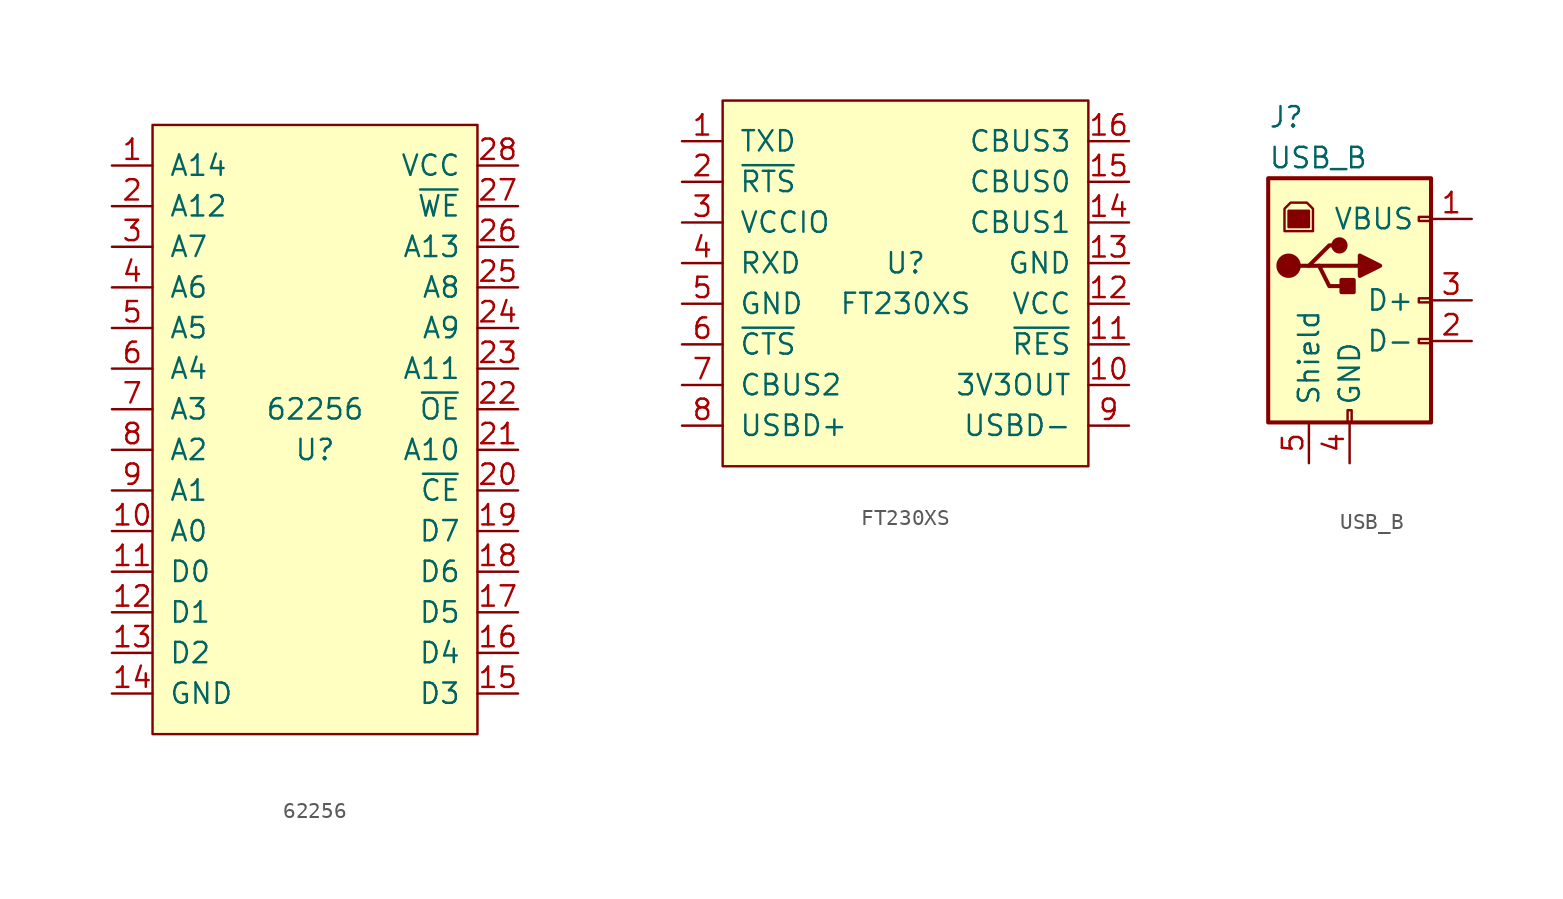
<source format=kicad_sym>
(kicad_symbol_lib
  (version 20231120)
  (generator "kicad_symbol_editor")
  (generator_version "8.0")
  (symbol "62256"
    (pin_names
      (offset 1.016))
    (property "Reference" "U"
      (at 0 -1.27 0)
      (effects (font (size 1.27 1.27))))
    (property "Value" "62256"
      (at 0 1.27 0)
      (effects (font (size 1.27 1.27))))
    (symbol "62256_0_1"
      (rectangle (start -10.16 19.05) (end 10.16 -19.05) (stroke (width 0) (type solid)) (fill (type background))))
    (symbol "62256_1_1"
      (pin input line (at -12.7 16.51 0) (length 2.54) (name "A14" (effects (font (size 1.27 1.27)))) (number "1" (effects (font (size 1.27 1.27)))))
      (pin input line (at -12.7 -6.35 0) (length 2.54) (name "A0" (effects (font (size 1.27 1.27)))) (number "10" (effects (font (size 1.27 1.27)))))
      (pin bidirectional line (at -12.7 -8.89 0) (length 2.54) (name "D0" (effects (font (size 1.27 1.27)))) (number "11" (effects (font (size 1.27 1.27)))))
      (pin bidirectional line (at -12.7 -11.43 0) (length 2.54) (name "D1" (effects (font (size 1.27 1.27)))) (number "12" (effects (font (size 1.27 1.27)))))
      (pin bidirectional line (at -12.7 -13.97 0) (length 2.54) (name "D2" (effects (font (size 1.27 1.27)))) (number "13" (effects (font (size 1.27 1.27)))))
      (pin power_in line (at -12.7 -16.51 0) (length 2.54) (name "GND" (effects (font (size 1.27 1.27)))) (number "14" (effects (font (size 1.27 1.27)))))
      (pin bidirectional line (at 12.7 -16.51 180) (length 2.54) (name "D3" (effects (font (size 1.27 1.27)))) (number "15" (effects (font (size 1.27 1.27)))))
      (pin bidirectional line (at 12.7 -13.97 180) (length 2.54) (name "D4" (effects (font (size 1.27 1.27)))) (number "16" (effects (font (size 1.27 1.27)))))
      (pin bidirectional line (at 12.7 -11.43 180) (length 2.54) (name "D5" (effects (font (size 1.27 1.27)))) (number "17" (effects (font (size 1.27 1.27)))))
      (pin bidirectional line (at 12.7 -8.89 180) (length 2.54) (name "D6" (effects (font (size 1.27 1.27)))) (number "18" (effects (font (size 1.27 1.27)))))
      (pin bidirectional line (at 12.7 -6.35 180) (length 2.54) (name "D7" (effects (font (size 1.27 1.27)))) (number "19" (effects (font (size 1.27 1.27)))))
      (pin input line (at -12.7 13.97 0) (length 2.54) (name "A12" (effects (font (size 1.27 1.27)))) (number "2" (effects (font (size 1.27 1.27)))))
      (pin input line (at 12.7 -3.81 180) (length 2.54) (name "~{CE}" (effects (font (size 1.27 1.27)))) (number "20" (effects (font (size 1.27 1.27)))))
      (pin input line (at 12.7 -1.27 180) (length 2.54) (name "A10" (effects (font (size 1.27 1.27)))) (number "21" (effects (font (size 1.27 1.27)))))
      (pin input line (at 12.7 1.27 180) (length 2.54) (name "~{OE}" (effects (font (size 1.27 1.27)))) (number "22" (effects (font (size 1.27 1.27)))))
      (pin input line (at 12.7 3.81 180) (length 2.54) (name "A11" (effects (font (size 1.27 1.27)))) (number "23" (effects (font (size 1.27 1.27)))))
      (pin input line (at 12.7 6.35 180) (length 2.54) (name "A9" (effects (font (size 1.27 1.27)))) (number "24" (effects (font (size 1.27 1.27)))))
      (pin input line (at 12.7 8.89 180) (length 2.54) (name "A8" (effects (font (size 1.27 1.27)))) (number "25" (effects (font (size 1.27 1.27)))))
      (pin input line (at 12.7 11.43 180) (length 2.54) (name "A13" (effects (font (size 1.27 1.27)))) (number "26" (effects (font (size 1.27 1.27)))))
      (pin input line (at 12.7 13.97 180) (length 2.54) (name "~{WE}" (effects (font (size 1.27 1.27)))) (number "27" (effects (font (size 1.27 1.27)))))
      (pin power_in line (at 12.7 16.51 180) (length 2.54) (name "VCC" (effects (font (size 1.27 1.27)))) (number "28" (effects (font (size 1.27 1.27)))))
      (pin input line (at -12.7 11.43 0) (length 2.54) (name "A7" (effects (font (size 1.27 1.27)))) (number "3" (effects (font (size 1.27 1.27)))))
      (pin input line (at -12.7 8.89 0) (length 2.54) (name "A6" (effects (font (size 1.27 1.27)))) (number "4" (effects (font (size 1.27 1.27)))))
      (pin input line (at -12.7 6.35 0) (length 2.54) (name "A5" (effects (font (size 1.27 1.27)))) (number "5" (effects (font (size 1.27 1.27)))))
      (pin input line (at -12.7 3.81 0) (length 2.54) (name "A4" (effects (font (size 1.27 1.27)))) (number "6" (effects (font (size 1.27 1.27)))))
      (pin input line (at -12.7 1.27 0) (length 2.54) (name "A3" (effects (font (size 1.27 1.27)))) (number "7" (effects (font (size 1.27 1.27)))))
      (pin input line (at -12.7 -1.27 0) (length 2.54) (name "A2" (effects (font (size 1.27 1.27)))) (number "8" (effects (font (size 1.27 1.27)))))
      (pin input line (at -12.7 -3.81 0) (length 2.54) (name "A1" (effects (font (size 1.27 1.27)))) (number "9" (effects (font (size 1.27 1.27)))))))
  (symbol "FT230XS"
    (pin_names
      (offset 1.016))
    (property "Reference" "U"
      (at 0 1.27 0)
      (effects (font (size 1.27 1.27))))
    (property "Value" "FT230XS"
      (at 0 -1.27 0)
      (effects (font (size 1.27 1.27))))
    (symbol "FT230XS_0_1"
      (rectangle (start -11.43 11.43) (end 11.43 -11.43) (stroke (width 0) (type solid)) (fill (type background))))
    (symbol "FT230XS_1_1"
      (pin output line (at -13.97 8.89 0) (length 2.54) (name "TXD" (effects (font (size 1.27 1.27)))) (number "1" (effects (font (size 1.27 1.27)))))
      (pin power_out line (at 13.97 -6.35 180) (length 2.54) (name "3V3OUT" (effects (font (size 1.27 1.27)))) (number "10" (effects (font (size 1.27 1.27)))))
      (pin input line (at 13.97 -3.81 180) (length 2.54) (name "~{RES}" (effects (font (size 1.27 1.27)))) (number "11" (effects (font (size 1.27 1.27)))))
      (pin power_in line (at 13.97 -1.27 180) (length 2.54) (name "VCC" (effects (font (size 1.27 1.27)))) (number "12" (effects (font (size 1.27 1.27)))))
      (pin power_in line (at 13.97 1.27 180) (length 2.54) (name "GND" (effects (font (size 1.27 1.27)))) (number "13" (effects (font (size 1.27 1.27)))))
      (pin bidirectional line (at 13.97 3.81 180) (length 2.54) (name "CBUS1" (effects (font (size 1.27 1.27)))) (number "14" (effects (font (size 1.27 1.27)))))
      (pin bidirectional line (at 13.97 6.35 180) (length 2.54) (name "CBUS0" (effects (font (size 1.27 1.27)))) (number "15" (effects (font (size 1.27 1.27)))))
      (pin bidirectional line (at 13.97 8.89 180) (length 2.54) (name "CBUS3" (effects (font (size 1.27 1.27)))) (number "16" (effects (font (size 1.27 1.27)))))
      (pin output line (at -13.97 6.35 0) (length 2.54) (name "~{RTS}" (effects (font (size 1.27 1.27)))) (number "2" (effects (font (size 1.27 1.27)))))
      (pin power_in line (at -13.97 3.81 0) (length 2.54) (name "VCCIO" (effects (font (size 1.27 1.27)))) (number "3" (effects (font (size 1.27 1.27)))))
      (pin input line (at -13.97 1.27 0) (length 2.54) (name "RXD" (effects (font (size 1.27 1.27)))) (number "4" (effects (font (size 1.27 1.27)))))
      (pin power_in line (at -13.97 -1.27 0) (length 2.54) (name "GND" (effects (font (size 1.27 1.27)))) (number "5" (effects (font (size 1.27 1.27)))))
      (pin input line (at -13.97 -3.81 0) (length 2.54) (name "~{CTS}" (effects (font (size 1.27 1.27)))) (number "6" (effects (font (size 1.27 1.27)))))
      (pin bidirectional line (at -13.97 -6.35 0) (length 2.54) (name "CBUS2" (effects (font (size 1.27 1.27)))) (number "7" (effects (font (size 1.27 1.27)))))
      (pin bidirectional line (at -13.97 -8.89 0) (length 2.54) (name "USBD+" (effects (font (size 1.27 1.27)))) (number "8" (effects (font (size 1.27 1.27)))))
      (pin bidirectional line (at 13.97 -8.89 180) (length 2.54) (name "USBD-" (effects (font (size 1.27 1.27)))) (number "9" (effects (font (size 1.27 1.27)))))))
  (symbol "USB_B"
    (pin_names
      (offset 1.016))
    (property "Reference" "J"
      (at -5.08 11.43 0)
      (effects (font (size 1.27 1.27)) (justify left)))
    (property "Value" "USB_B"
      (at -5.08 8.89 0)
      (effects (font (size 1.27 1.27)) (justify left)))
    (symbol "USB_B_0_1"
      (rectangle (start -5.08 -7.62) (end 5.08 7.62) (stroke (width 0.254) (type solid)) (fill (type background)))
      (circle (center -3.81 2.159) (radius 0.635) (stroke (width 0.254) (type solid)) (fill (type outline)))
      (rectangle (start -3.81 5.588) (end -2.54 4.572) (stroke (width 0) (type solid)) (fill (type outline)))
      (circle (center -0.635 3.429) (radius 0.381) (stroke (width 0.254) (type solid)) (fill (type outline)))
      (rectangle (start -0.127 -7.62) (end 0.127 -6.858) (stroke (width 0) (type solid)) (fill (type none)))
      (polyline (pts (xy -1.905 2.159) (xy 0.635 2.159)) (stroke (width 0.254) (type solid)) (fill (type none)))
      (polyline (pts (xy -3.175 2.159) (xy -2.54 2.159) (xy -1.27 3.429) (xy -0.635 3.429)) (stroke (width 0.254) (type solid)) (fill (type none)))
      (polyline (pts (xy -2.54 2.159) (xy -1.905 2.159) (xy -1.27 0.889) (xy 0 0.889)) (stroke (width 0.254) (type solid)) (fill (type none)))
      (polyline (pts (xy 0.635 2.794) (xy 0.635 1.524) (xy 1.905 2.159) (xy 0.635 2.794)) (stroke (width 0.254) (type solid)) (fill (type outline)))
      (polyline (pts (xy -4.064 4.318) (xy -2.286 4.318) (xy -2.286 5.715) (xy -2.667 6.096) (xy -3.683 6.096) (xy -4.064 5.715) (xy -4.064 4.318)) (stroke (width 0) (type solid)) (fill (type none)))
      (rectangle (start 0.254 1.27) (end -0.508 0.508) (stroke (width 0.254) (type solid)) (fill (type outline)))
      (rectangle (start 5.08 -2.667) (end 4.318 -2.413) (stroke (width 0) (type solid)) (fill (type none)))
      (rectangle (start 5.08 -0.127) (end 4.318 0.127) (stroke (width 0) (type solid)) (fill (type none)))
      (rectangle (start 5.08 4.953) (end 4.318 5.207) (stroke (width 0) (type solid)) (fill (type none))))
    (symbol "USB_B_1_1"
      (pin passive line (at 7.62 5.08 180) (length 2.54) (name "VBUS" (effects (font (size 1.27 1.27)))) (number "1" (effects (font (size 1.27 1.27)))))
      (pin passive line (at 7.62 -2.54 180) (length 2.54) (name "D-" (effects (font (size 1.27 1.27)))) (number "2" (effects (font (size 1.27 1.27)))))
      (pin passive line (at 7.62 0 180) (length 2.54) (name "D+" (effects (font (size 1.27 1.27)))) (number "3" (effects (font (size 1.27 1.27)))))
      (pin passive line (at 0 -10.16 90) (length 2.54) (name "GND" (effects (font (size 1.27 1.27)))) (number "4" (effects (font (size 1.27 1.27)))))
      (pin passive line (at -2.54 -10.16 90) (length 2.54) (name "Shield" (effects (font (size 1.27 1.27)))) (number "5" (effects (font (size 1.27 1.27))))))))
</source>
